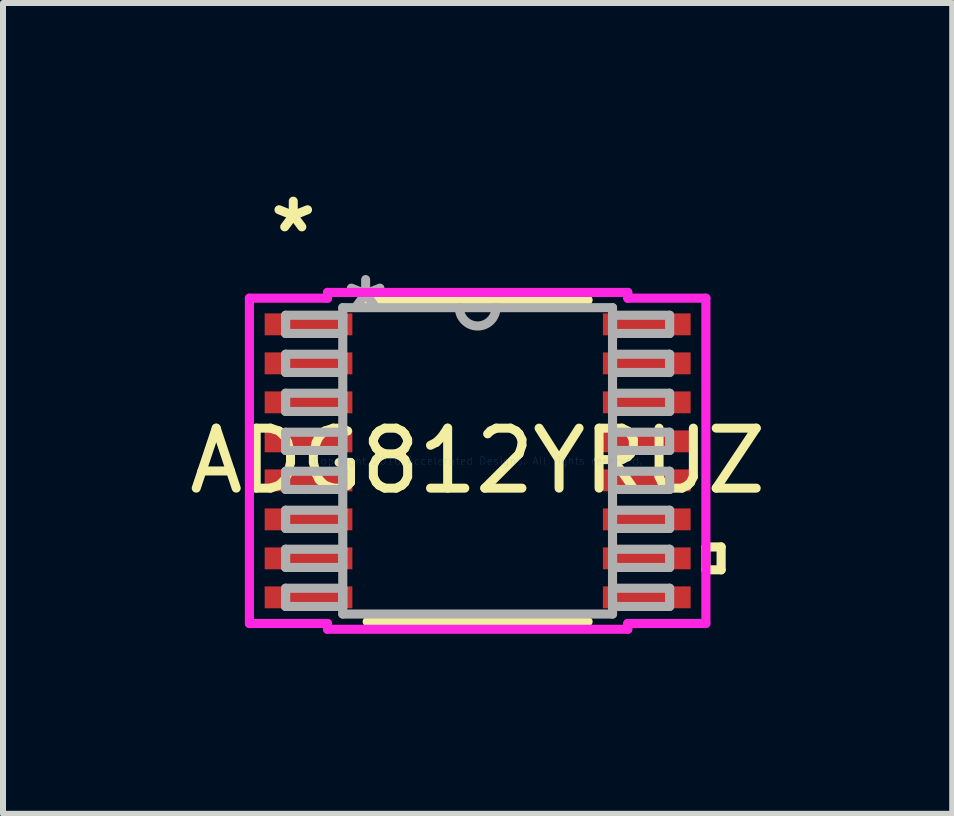
<source format=kicad_pcb>
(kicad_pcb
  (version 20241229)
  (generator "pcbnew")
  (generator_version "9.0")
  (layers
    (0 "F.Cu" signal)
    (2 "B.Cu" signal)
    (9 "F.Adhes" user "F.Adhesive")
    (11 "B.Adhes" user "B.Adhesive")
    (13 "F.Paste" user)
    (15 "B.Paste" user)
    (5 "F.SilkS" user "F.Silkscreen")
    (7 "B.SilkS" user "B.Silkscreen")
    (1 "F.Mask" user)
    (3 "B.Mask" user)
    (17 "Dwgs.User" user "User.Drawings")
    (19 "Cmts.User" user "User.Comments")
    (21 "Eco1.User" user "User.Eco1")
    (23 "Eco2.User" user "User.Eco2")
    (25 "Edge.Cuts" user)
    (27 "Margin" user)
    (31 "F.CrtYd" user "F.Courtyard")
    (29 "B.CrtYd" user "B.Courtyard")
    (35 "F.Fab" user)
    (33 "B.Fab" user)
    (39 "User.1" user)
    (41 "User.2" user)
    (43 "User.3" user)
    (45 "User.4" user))
  (footprint "ADG812YRUZ"
    (layer "F.Cu")
    (at 4.911 4.631)
    (property "Reference" "ADG812YRUZ" (at 0 0 0) (layer "F.SilkS") (effects (font (size 1 1) (thickness 0.15))))
    (attr through_hole)
    (fp_line (start -1.841 2.68) (end 1.841 2.68) (stroke (width 0.152) (type solid)) (layer "F.SilkS"))
    (fp_line (start 1.841 -2.68) (end -1.841 -2.68) (stroke (width 0.152) (type solid)) (layer "F.SilkS"))
    (fp_line (start 3.804 1.435) (end 4.058 1.435) (stroke (width 0.152) (type solid)) (layer "F.SilkS"))
    (fp_line (start 3.804 1.816) (end 3.804 1.435) (stroke (width 0.152) (type solid)) (layer "F.SilkS"))
    (fp_line (start 4.058 1.435) (end 4.058 1.816) (stroke (width 0.152) (type solid)) (layer "F.SilkS"))
    (fp_line (start 4.058 1.816) (end 3.804 1.816) (stroke (width 0.152) (type solid)) (layer "F.SilkS"))
    (fp_line (start -3.804 -2.711) (end -2.502 -2.711) (stroke (width 0.152) (type solid)) (layer "F.CrtYd"))
    (fp_line (start -3.804 2.711) (end -3.804 -2.711) (stroke (width 0.152) (type solid)) (layer "F.CrtYd"))
    (fp_line (start -2.502 -2.807) (end 2.502 -2.807) (stroke (width 0.152) (type solid)) (layer "F.CrtYd"))
    (fp_line (start -2.502 -2.711) (end -2.502 -2.807) (stroke (width 0.152) (type solid)) (layer "F.CrtYd"))
    (fp_line (start -2.502 2.711) (end -3.804 2.711) (stroke (width 0.152) (type solid)) (layer "F.CrtYd"))
    (fp_line (start -2.502 2.807) (end -2.502 2.711) (stroke (width 0.152) (type solid)) (layer "F.CrtYd"))
    (fp_line (start 2.502 -2.807) (end 2.502 -2.711) (stroke (width 0.152) (type solid)) (layer "F.CrtYd"))
    (fp_line (start 2.502 -2.711) (end 3.804 -2.711) (stroke (width 0.152) (type solid)) (layer "F.CrtYd"))
    (fp_line (start 2.502 2.711) (end 2.502 2.807) (stroke (width 0.152) (type solid)) (layer "F.CrtYd"))
    (fp_line (start 2.502 2.807) (end -2.502 2.807) (stroke (width 0.152) (type solid)) (layer "F.CrtYd"))
    (fp_line (start 3.804 -2.711) (end 3.804 2.711) (stroke (width 0.152) (type solid)) (layer "F.CrtYd"))
    (fp_line (start 3.804 2.711) (end 2.502 2.711) (stroke (width 0.152) (type solid)) (layer "F.CrtYd"))
    (fp_line (start -3.2 -2.427) (end -3.2 -2.123) (stroke (width 0.152) (type solid)) (layer "F.Fab"))
    (fp_line (start -3.2 -2.123) (end -2.248 -2.123) (stroke (width 0.152) (type solid)) (layer "F.Fab"))
    (fp_line (start -3.2 -1.777) (end -3.2 -1.473) (stroke (width 0.152) (type solid)) (layer "F.Fab"))
    (fp_line (start -3.2 -1.473) (end -2.248 -1.473) (stroke (width 0.152) (type solid)) (layer "F.Fab"))
    (fp_line (start -3.2 -1.127) (end -3.2 -0.823) (stroke (width 0.152) (type solid)) (layer "F.Fab"))
    (fp_line (start -3.2 -0.823) (end -2.248 -0.823) (stroke (width 0.152) (type solid)) (layer "F.Fab"))
    (fp_line (start -3.2 -0.477) (end -3.2 -0.173) (stroke (width 0.152) (type solid)) (layer "F.Fab"))
    (fp_line (start -3.2 -0.173) (end -2.248 -0.173) (stroke (width 0.152) (type solid)) (layer "F.Fab"))
    (fp_line (start -3.2 0.173) (end -3.2 0.477) (stroke (width 0.152) (type solid)) (layer "F.Fab"))
    (fp_line (start -3.2 0.477) (end -2.248 0.477) (stroke (width 0.152) (type solid)) (layer "F.Fab"))
    (fp_line (start -3.2 0.823) (end -3.2 1.127) (stroke (width 0.152) (type solid)) (layer "F.Fab"))
    (fp_line (start -3.2 1.127) (end -2.248 1.127) (stroke (width 0.152) (type solid)) (layer "F.Fab"))
    (fp_line (start -3.2 1.473) (end -3.2 1.777) (stroke (width 0.152) (type solid)) (layer "F.Fab"))
    (fp_line (start -3.2 1.777) (end -2.248 1.777) (stroke (width 0.152) (type solid)) (layer "F.Fab"))
    (fp_line (start -3.2 2.123) (end -3.2 2.427) (stroke (width 0.152) (type solid)) (layer "F.Fab"))
    (fp_line (start -3.2 2.427) (end -2.248 2.427) (stroke (width 0.152) (type solid)) (layer "F.Fab"))
    (fp_line (start -2.248 -2.553) (end -2.248 2.553) (stroke (width 0.152) (type solid)) (layer "F.Fab"))
    (fp_line (start -2.248 -2.427) (end -3.2 -2.427) (stroke (width 0.152) (type solid)) (layer "F.Fab"))
    (fp_line (start -2.248 -2.123) (end -2.248 -2.427) (stroke (width 0.152) (type solid)) (layer "F.Fab"))
    (fp_line (start -2.248 -1.777) (end -3.2 -1.777) (stroke (width 0.152) (type solid)) (layer "F.Fab"))
    (fp_line (start -2.248 -1.473) (end -2.248 -1.777) (stroke (width 0.152) (type solid)) (layer "F.Fab"))
    (fp_line (start -2.248 -1.127) (end -3.2 -1.127) (stroke (width 0.152) (type solid)) (layer "F.Fab"))
    (fp_line (start -2.248 -0.823) (end -2.248 -1.127) (stroke (width 0.152) (type solid)) (layer "F.Fab"))
    (fp_line (start -2.248 -0.477) (end -3.2 -0.477) (stroke (width 0.152) (type solid)) (layer "F.Fab"))
    (fp_line (start -2.248 -0.173) (end -2.248 -0.477) (stroke (width 0.152) (type solid)) (layer "F.Fab"))
    (fp_line (start -2.248 0.173) (end -3.2 0.173) (stroke (width 0.152) (type solid)) (layer "F.Fab"))
    (fp_line (start -2.248 0.477) (end -2.248 0.173) (stroke (width 0.152) (type solid)) (layer "F.Fab"))
    (fp_line (start -2.248 0.823) (end -3.2 0.823) (stroke (width 0.152) (type solid)) (layer "F.Fab"))
    (fp_line (start -2.248 1.127) (end -2.248 0.823) (stroke (width 0.152) (type solid)) (layer "F.Fab"))
    (fp_line (start -2.248 1.473) (end -3.2 1.473) (stroke (width 0.152) (type solid)) (layer "F.Fab"))
    (fp_line (start -2.248 1.777) (end -2.248 1.473) (stroke (width 0.152) (type solid)) (layer "F.Fab"))
    (fp_line (start -2.248 2.123) (end -3.2 2.123) (stroke (width 0.152) (type solid)) (layer "F.Fab"))
    (fp_line (start -2.248 2.427) (end -2.248 2.123) (stroke (width 0.152) (type solid)) (layer "F.Fab"))
    (fp_line (start -2.248 2.553) (end 2.248 2.553) (stroke (width 0.152) (type solid)) (layer "F.Fab"))
    (fp_line (start 2.248 -2.553) (end -2.248 -2.553) (stroke (width 0.152) (type solid)) (layer "F.Fab"))
    (fp_line (start 2.248 -2.427) (end 2.248 -2.123) (stroke (width 0.152) (type solid)) (layer "F.Fab"))
    (fp_line (start 2.248 -2.123) (end 3.2 -2.123) (stroke (width 0.152) (type solid)) (layer "F.Fab"))
    (fp_line (start 2.248 -1.777) (end 2.248 -1.473) (stroke (width 0.152) (type solid)) (layer "F.Fab"))
    (fp_line (start 2.248 -1.473) (end 3.2 -1.473) (stroke (width 0.152) (type solid)) (layer "F.Fab"))
    (fp_line (start 2.248 -1.127) (end 2.248 -0.823) (stroke (width 0.152) (type solid)) (layer "F.Fab"))
    (fp_line (start 2.248 -0.823) (end 3.2 -0.823) (stroke (width 0.152) (type solid)) (layer "F.Fab"))
    (fp_line (start 2.248 -0.477) (end 2.248 -0.173) (stroke (width 0.152) (type solid)) (layer "F.Fab"))
    (fp_line (start 2.248 -0.173) (end 3.2 -0.173) (stroke (width 0.152) (type solid)) (layer "F.Fab"))
    (fp_line (start 2.248 0.173) (end 2.248 0.477) (stroke (width 0.152) (type solid)) (layer "F.Fab"))
    (fp_line (start 2.248 0.477) (end 3.2 0.477) (stroke (width 0.152) (type solid)) (layer "F.Fab"))
    (fp_line (start 2.248 0.823) (end 2.248 1.127) (stroke (width 0.152) (type solid)) (layer "F.Fab"))
    (fp_line (start 2.248 1.127) (end 3.2 1.127) (stroke (width 0.152) (type solid)) (layer "F.Fab"))
    (fp_line (start 2.248 1.473) (end 2.248 1.777) (stroke (width 0.152) (type solid)) (layer "F.Fab"))
    (fp_line (start 2.248 1.777) (end 3.2 1.777) (stroke (width 0.152) (type solid)) (layer "F.Fab"))
    (fp_line (start 2.248 2.123) (end 2.248 2.427) (stroke (width 0.152) (type solid)) (layer "F.Fab"))
    (fp_line (start 2.248 2.427) (end 3.2 2.427) (stroke (width 0.152) (type solid)) (layer "F.Fab"))
    (fp_line (start 2.248 2.553) (end 2.248 -2.553) (stroke (width 0.152) (type solid)) (layer "F.Fab"))
    (fp_line (start 3.2 -2.427) (end 2.248 -2.427) (stroke (width 0.152) (type solid)) (layer "F.Fab"))
    (fp_line (start 3.2 -2.123) (end 3.2 -2.427) (stroke (width 0.152) (type solid)) (layer "F.Fab"))
    (fp_line (start 3.2 -1.777) (end 2.248 -1.777) (stroke (width 0.152) (type solid)) (layer "F.Fab"))
    (fp_line (start 3.2 -1.473) (end 3.2 -1.777) (stroke (width 0.152) (type solid)) (layer "F.Fab"))
    (fp_line (start 3.2 -1.127) (end 2.248 -1.127) (stroke (width 0.152) (type solid)) (layer "F.Fab"))
    (fp_line (start 3.2 -0.823) (end 3.2 -1.127) (stroke (width 0.152) (type solid)) (layer "F.Fab"))
    (fp_line (start 3.2 -0.477) (end 2.248 -0.477) (stroke (width 0.152) (type solid)) (layer "F.Fab"))
    (fp_line (start 3.2 -0.173) (end 3.2 -0.477) (stroke (width 0.152) (type solid)) (layer "F.Fab"))
    (fp_line (start 3.2 0.173) (end 2.248 0.173) (stroke (width 0.152) (type solid)) (layer "F.Fab"))
    (fp_line (start 3.2 0.477) (end 3.2 0.173) (stroke (width 0.152) (type solid)) (layer "F.Fab"))
    (fp_line (start 3.2 0.823) (end 2.248 0.823) (stroke (width 0.152) (type solid)) (layer "F.Fab"))
    (fp_line (start 3.2 1.127) (end 3.2 0.823) (stroke (width 0.152) (type solid)) (layer "F.Fab"))
    (fp_line (start 3.2 1.473) (end 2.248 1.473) (stroke (width 0.152) (type solid)) (layer "F.Fab"))
    (fp_line (start 3.2 1.777) (end 3.2 1.473) (stroke (width 0.152) (type solid)) (layer "F.Fab"))
    (fp_line (start 3.2 2.123) (end 2.248 2.123) (stroke (width 0.152) (type solid)) (layer "F.Fab"))
    (fp_line (start 3.2 2.427) (end 3.2 2.123) (stroke (width 0.152) (type solid)) (layer "F.Fab"))
    (fp_arc (start 0.3048 -2.5527) (mid 0 -2.2479) (end -0.3048 -2.5527) (stroke (width 0.1524) (type solid)) (layer "F.Fab"))
    (fp_text user "*" (at -3.073 -3.783 0) (layer "F.SilkS") (effects (font (size 1 1) (thickness 0.15))))
    (fp_text user "Copyright 2016 Accelerated Designs. All rights reserved." (at 0 0 0) (layer "Cmts.User") (effects (font (size 0.127 0.127) (thickness 0.002))))
    (fp_text user "*" (at -1.867 -2.477 0) (layer "F.Fab") (effects (font (size 1 1) (thickness 0.15))))
    (pad "1" smd rect (at -2.819 -2.275) (size 1.462 0.365) (layers "F.Cu" "F.Mask" "F.Paste"))
    (pad "2" smd rect (at -2.819 -1.625) (size 1.462 0.365) (layers "F.Cu" "F.Mask" "F.Paste"))
    (pad "3" smd rect (at -2.819 -0.975) (size 1.462 0.365) (layers "F.Cu" "F.Mask" "F.Paste"))
    (pad "4" smd rect (at -2.819 -0.325) (size 1.462 0.365) (layers "F.Cu" "F.Mask" "F.Paste"))
    (pad "5" smd rect (at -2.819 0.325) (size 1.462 0.365) (layers "F.Cu" "F.Mask" "F.Paste"))
    (pad "6" smd rect (at -2.819 0.975) (size 1.462 0.365) (layers "F.Cu" "F.Mask" "F.Paste"))
    (pad "7" smd rect (at -2.819 1.625) (size 1.462 0.365) (layers "F.Cu" "F.Mask" "F.Paste"))
    (pad "8" smd rect (at -2.819 2.275) (size 1.462 0.365) (layers "F.Cu" "F.Mask" "F.Paste"))
    (pad "9" smd rect (at 2.819 2.275) (size 1.462 0.365) (layers "F.Cu" "F.Mask" "F.Paste"))
    (pad "10" smd rect (at 2.819 1.625) (size 1.462 0.365) (layers "F.Cu" "F.Mask" "F.Paste"))
    (pad "11" smd rect (at 2.819 0.975) (size 1.462 0.365) (layers "F.Cu" "F.Mask" "F.Paste"))
    (pad "12" smd rect (at 2.819 0.325) (size 1.462 0.365) (layers "F.Cu" "F.Mask" "F.Paste"))
    (pad "13" smd rect (at 2.819 -0.325) (size 1.462 0.365) (layers "F.Cu" "F.Mask" "F.Paste"))
    (pad "14" smd rect (at 2.819 -0.975) (size 1.462 0.365) (layers "F.Cu" "F.Mask" "F.Paste"))
    (pad "15" smd rect (at 2.819 -1.625) (size 1.462 0.365) (layers "F.Cu" "F.Mask" "F.Paste"))
    (pad "16" smd rect (at 2.819 -2.275) (size 1.462 0.365) (layers "F.Cu" "F.Mask" "F.Paste")))
  (gr_rect
    (start -3 -3)
    (end 12.821 10.514)
    (stroke (width 0.1) (type default))
    (fill no)
    (layer "Edge.Cuts")))
</source>
